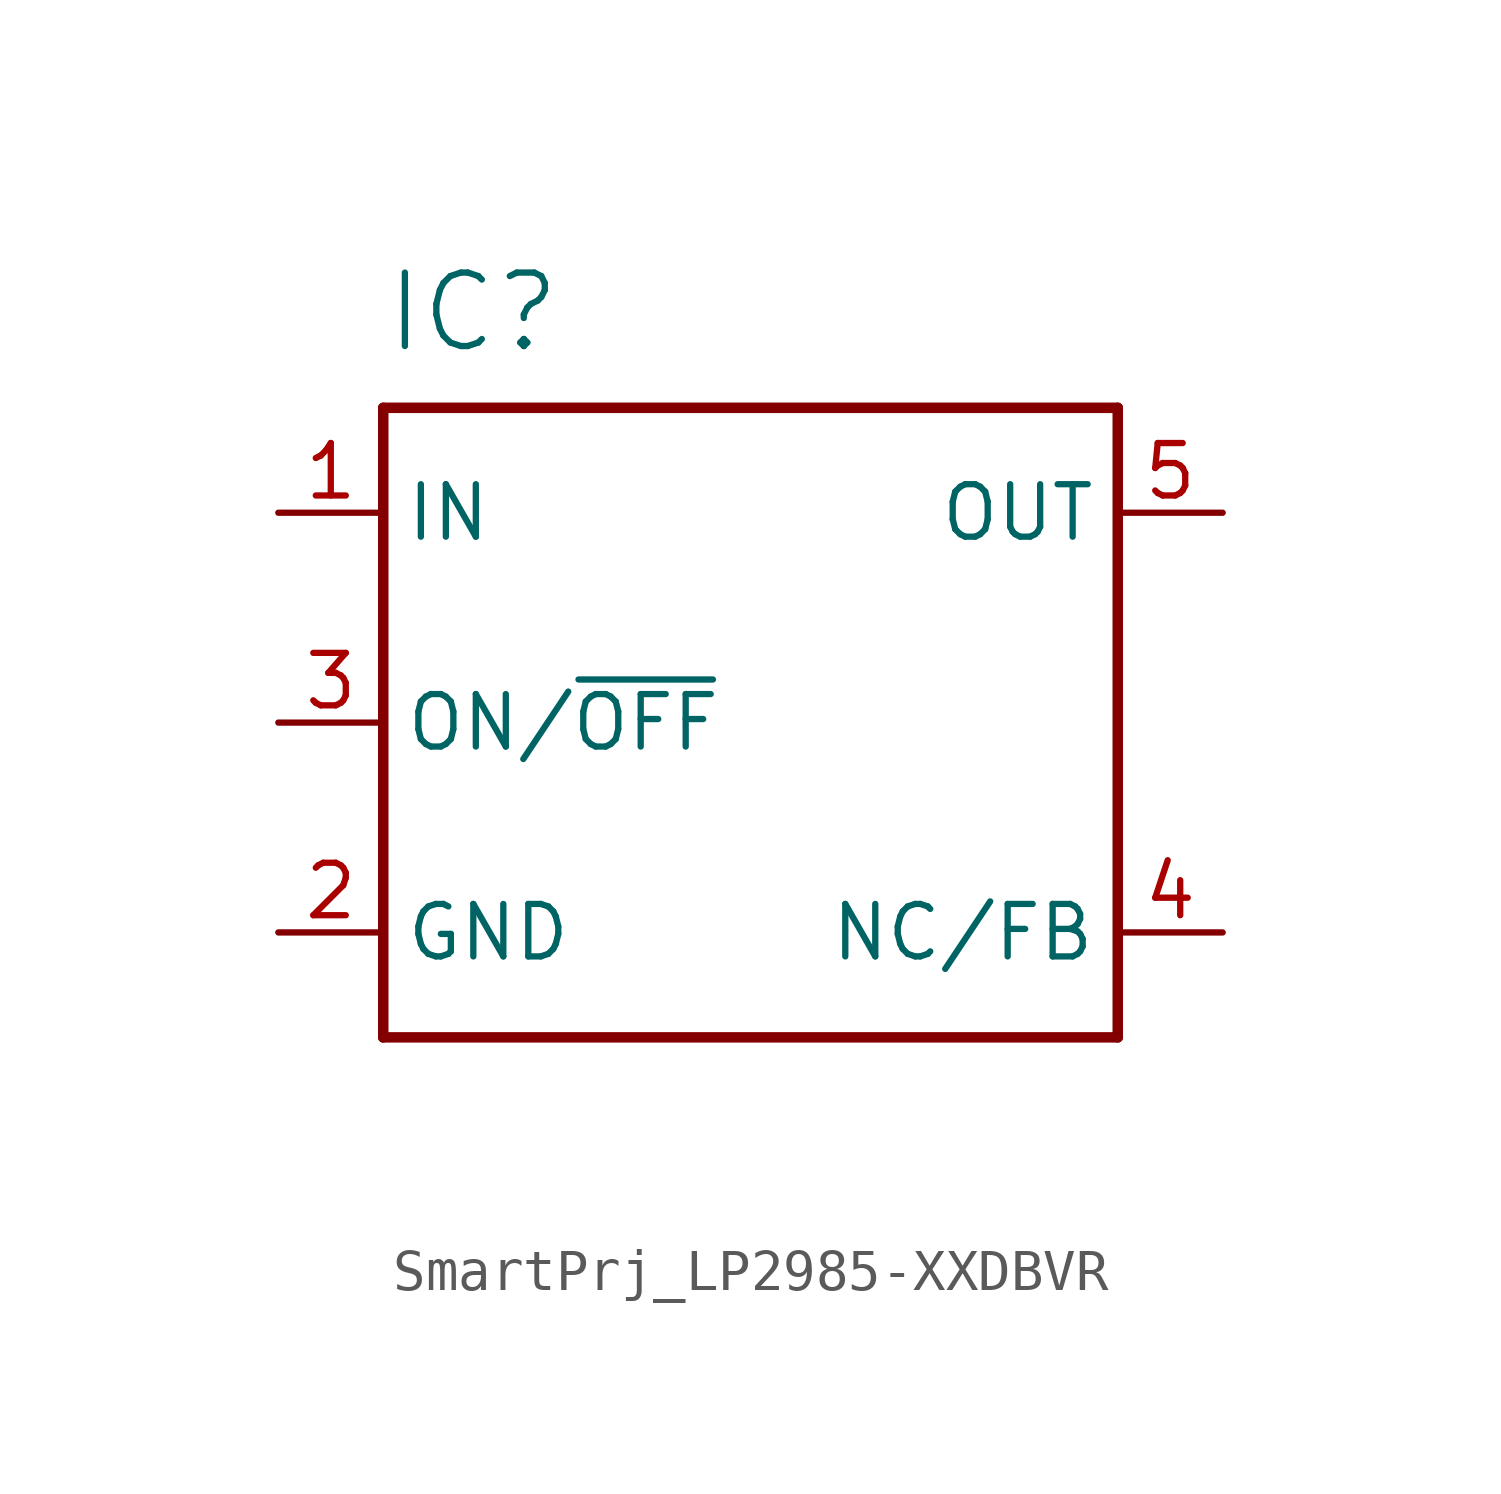
<source format=kicad_sym>
(kicad_symbol_lib
  (version 20231120)
  (generator "kicad_symbol_editor")
  (generator_version "8.0")
  (symbol "SmartPrj_LP2985-XXDBVR"
    (property "Reference" "IC"
      (at -7.62 8.89 0)
      (effects (font (size 1.778 1.778)) (justify left bottom)))
    (property "Value" ""
      (at -7.62 -10.16 0)
      (effects (font (size 1.778 1.778)) (justify left bottom)))
    (property "ki_locked" ""
      (at 0 0 0)
      (effects (font (size 1.27 1.27))))
    (symbol "SmartPrj_LP2985-XXDBVR_1_0"
      (polyline (pts (xy -7.62 -7.62) (xy -7.62 7.62)) (stroke (width 0.254) (type solid)) (fill (type none)))
      (polyline (pts (xy -7.62 7.62) (xy 10.16 7.62)) (stroke (width 0.254) (type solid)) (fill (type none)))
      (polyline (pts (xy 10.16 -7.62) (xy -7.62 -7.62)) (stroke (width 0.254) (type solid)) (fill (type none)))
      (polyline (pts (xy 10.16 7.62) (xy 10.16 -7.62)) (stroke (width 0.254) (type solid)) (fill (type none)))
      (pin input line (at -10.16 5.08 0) (length 2.54) (name "IN" (effects (font (size 1.27 1.27)))) (number "1" (effects (font (size 1.27 1.27)))))
      (pin power_in line (at -10.16 -5.08 0) (length 2.54) (name "GND" (effects (font (size 1.27 1.27)))) (number "2" (effects (font (size 1.27 1.27)))))
      (pin input line (at -10.16 0 0) (length 2.54) (name "ON/~{OFF}" (effects (font (size 1.27 1.27)))) (number "3" (effects (font (size 1.27 1.27)))))
      (pin passive line (at 12.7 -5.08 180) (length 2.54) (name "NC/FB" (effects (font (size 1.27 1.27)))) (number "4" (effects (font (size 1.27 1.27)))))
      (pin passive line (at 12.7 5.08 180) (length 2.54) (name "OUT" (effects (font (size 1.27 1.27)))) (number "5" (effects (font (size 1.27 1.27))))))))
</source>
